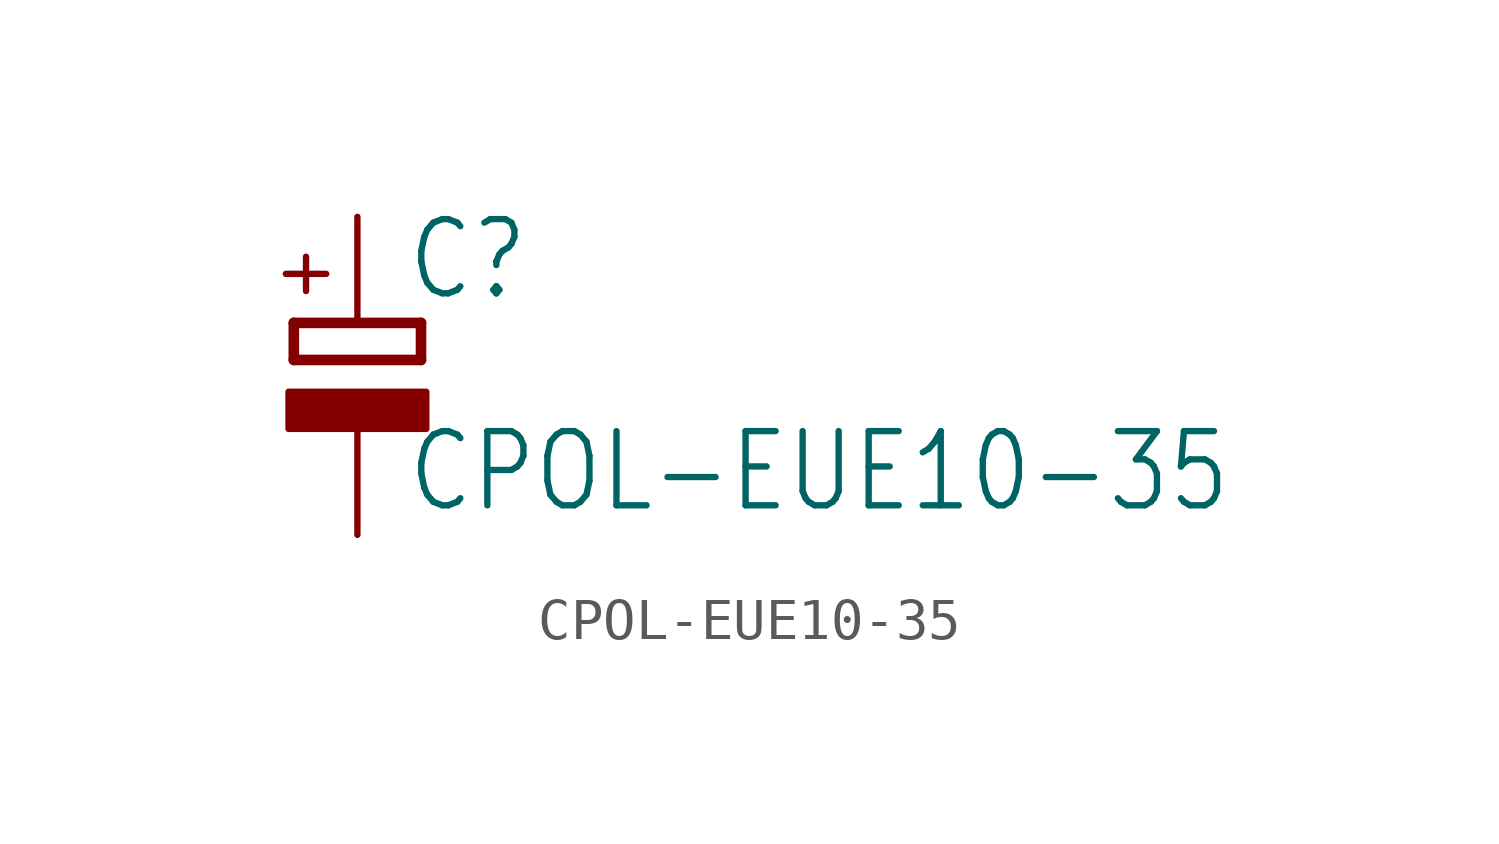
<source format=kicad_sym>
(kicad_symbol_lib
  (version 20211014)
  (generator kicad_symbol_editor)
  (symbol "CPOL-EUE10-35"
    (property "Reference" "C"
      (at 1.143 0.483 0)
      (effects (font (size 1.778 1.511)) (justify left bottom)))
    (property "Value" "CPOL-EUE10-35"
      (at 1.143 -4.597 0)
      (effects (font (size 1.778 1.511)) (justify left bottom)))
    (property "ki_locked" ""
      (at 0 0 0)
      (effects (font (size 1.27 1.27))))
    (symbol "CPOL-EUE10-35_1_0"
      (rectangle (start -1.651 -2.54) (end 1.651 -1.651) (stroke (width 0) (type default) (color 0 0 0 0)) (fill (type outline)))
      (polyline (pts (xy -1.524 -0.889) (xy 1.524 -0.889)) (stroke (width 0.254) (type default) (color 0 0 0 0)) (fill (type none)))
      (polyline (pts (xy -1.524 0) (xy -1.524 -0.889)) (stroke (width 0.254) (type default) (color 0 0 0 0)) (fill (type none)))
      (polyline (pts (xy -1.524 0) (xy 1.524 0)) (stroke (width 0.254) (type default) (color 0 0 0 0)) (fill (type none)))
      (polyline (pts (xy 1.524 -0.889) (xy 1.524 0)) (stroke (width 0.254) (type default) (color 0 0 0 0)) (fill (type none)))
      (text "+" (at -0.584 0.406 900) (effects (font (size 1.27 1.079)) (justify left bottom)))
      (pin passive line (at 0 2.54 270) (length 2.54) (name "+" (effects (font (size 0 0)))) (number "+" (effects (font (size 0 0)))))
      (pin passive line (at 0 -5.08 90) (length 2.54) (name "-" (effects (font (size 0 0)))) (number "-" (effects (font (size 0 0))))))))
</source>
